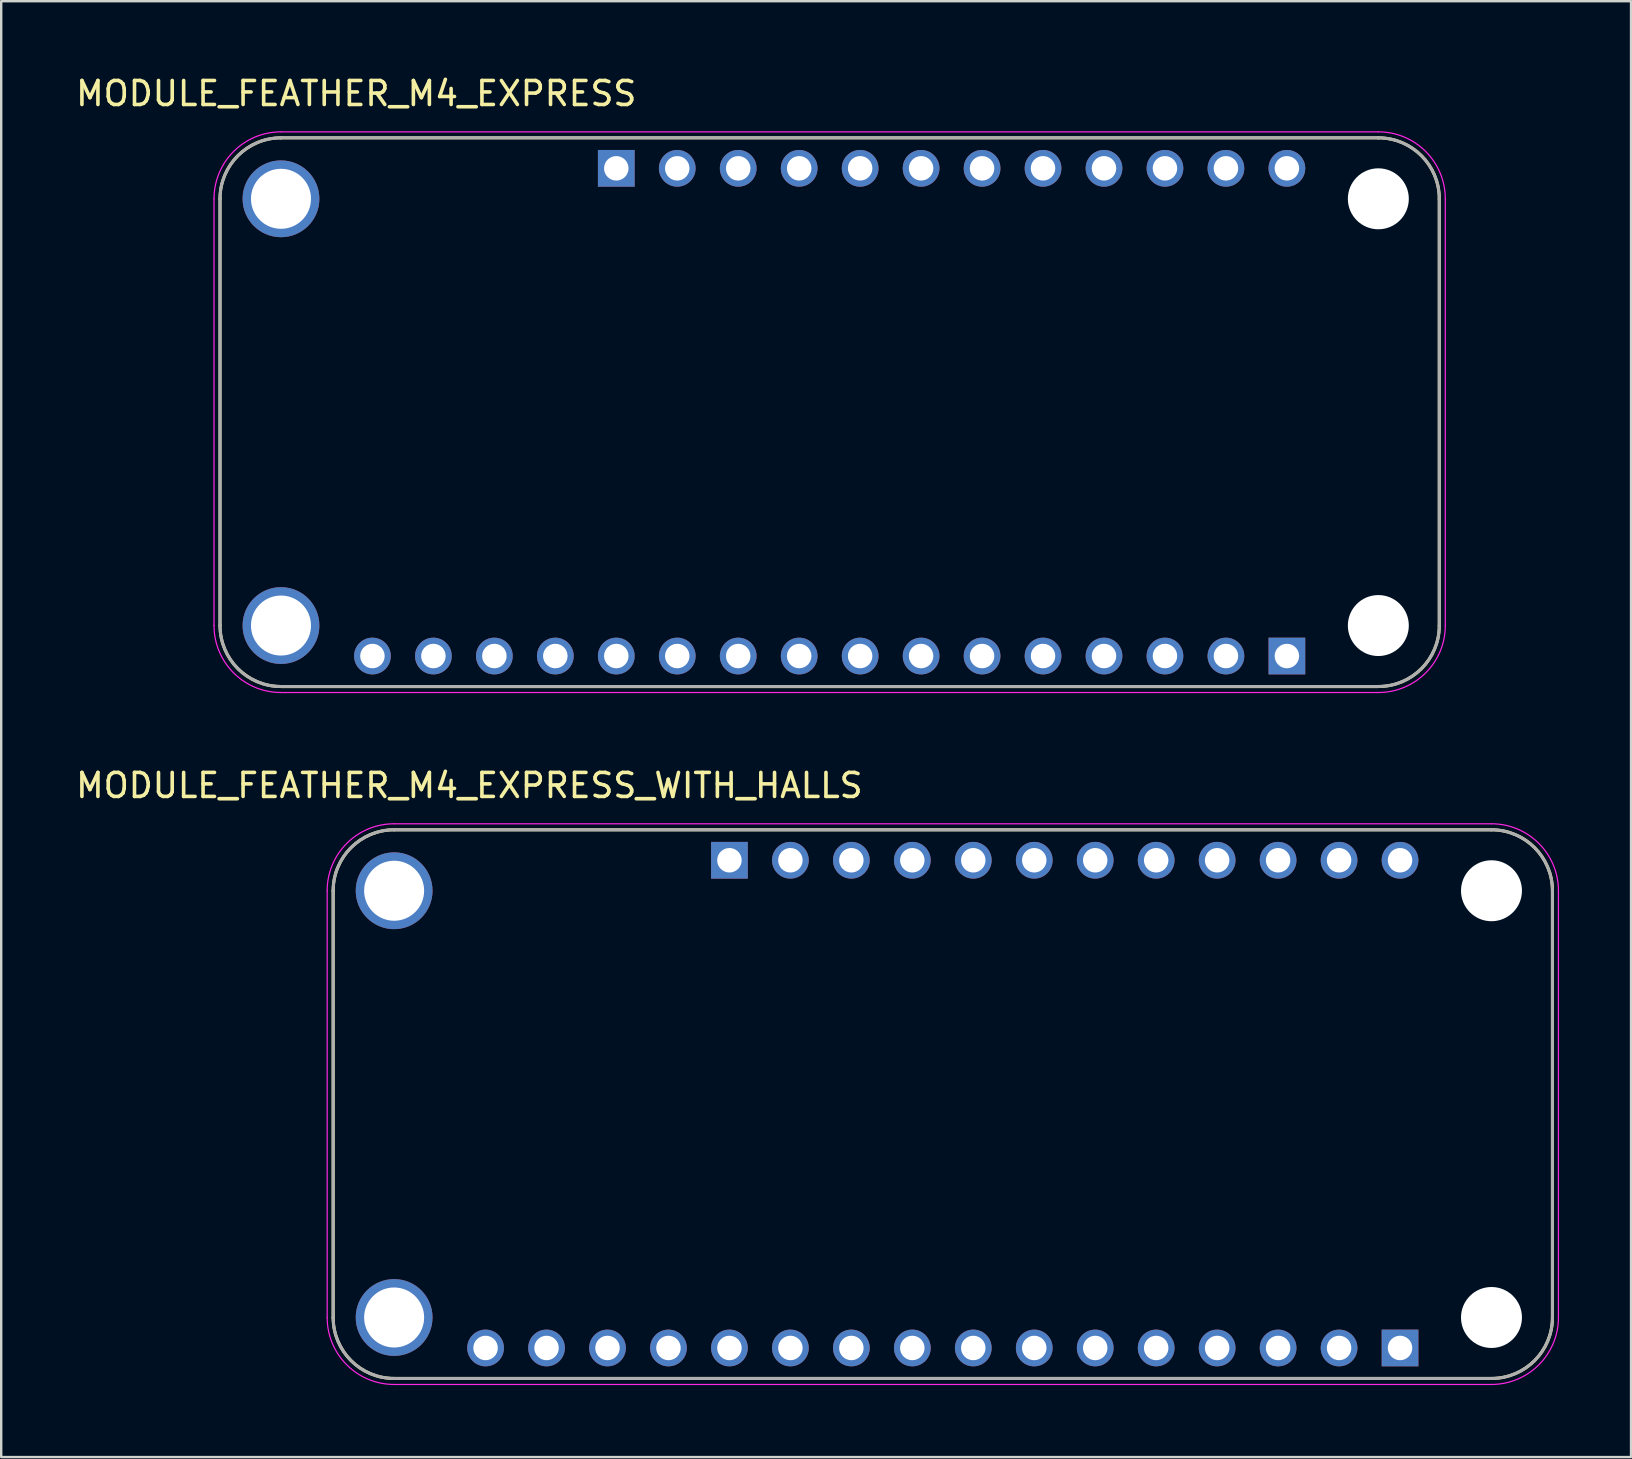
<source format=kicad_pcb>
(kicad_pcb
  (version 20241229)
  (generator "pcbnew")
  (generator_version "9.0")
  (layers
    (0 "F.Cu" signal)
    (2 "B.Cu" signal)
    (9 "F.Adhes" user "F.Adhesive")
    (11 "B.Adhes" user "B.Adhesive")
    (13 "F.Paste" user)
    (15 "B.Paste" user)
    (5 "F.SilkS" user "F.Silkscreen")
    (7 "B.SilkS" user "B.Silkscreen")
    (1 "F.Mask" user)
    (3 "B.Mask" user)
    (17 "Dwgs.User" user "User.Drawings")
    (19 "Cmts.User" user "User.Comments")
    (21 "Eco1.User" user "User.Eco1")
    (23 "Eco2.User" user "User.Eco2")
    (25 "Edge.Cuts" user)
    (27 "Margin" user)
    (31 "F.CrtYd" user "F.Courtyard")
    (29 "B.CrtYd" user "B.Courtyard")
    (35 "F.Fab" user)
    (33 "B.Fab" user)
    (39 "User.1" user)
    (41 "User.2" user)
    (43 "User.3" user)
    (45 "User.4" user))
  (footprint "MODULE_FEATHER_M4_EXPRESS"
    (layer "F.Cu")
    (at 31.517 14.123)
    (property "Reference" "MODULE_FEATHER_M4_EXPRESS" (at -19.725 -13.275 0) (layer "F.SilkS") (effects (font (size 1 1) (thickness 0.15))))
    (attr through_hole)
    (fp_line (start -25.4 8.89) (end -25.4 -8.89) (stroke (width 0.127) (type solid)) (layer "F.SilkS"))
    (fp_line (start -22.86 -11.43) (end 22.86 -11.43) (stroke (width 0.127) (type solid)) (layer "F.SilkS"))
    (fp_line (start 22.86 11.43) (end -22.86 11.43) (stroke (width 0.127) (type solid)) (layer "F.SilkS"))
    (fp_line (start 25.4 -8.89) (end 25.4 8.89) (stroke (width 0.127) (type solid)) (layer "F.SilkS"))
    (fp_arc (start -25.4 -8.89) (mid -24.656051 -10.686051) (end -22.86 -11.43) (stroke (width 0.127) (type solid)) (layer "F.SilkS"))
    (fp_arc (start -22.86 11.43) (mid -24.656051 10.686051) (end -25.4 8.89) (stroke (width 0.127) (type solid)) (layer "F.SilkS"))
    (fp_arc (start 22.86 -11.43) (mid 24.656051 -10.686051) (end 25.4 -8.89) (stroke (width 0.127) (type solid)) (layer "F.SilkS"))
    (fp_arc (start 25.4 8.89) (mid 24.656051 10.686051) (end 22.86 11.43) (stroke (width 0.127) (type solid)) (layer "F.SilkS"))
    (fp_line (start -25.65 -8.89) (end -25.65 8.89) (stroke (width 0.05) (type solid)) (layer "F.CrtYd"))
    (fp_line (start -22.86 11.68) (end 22.86 11.68) (stroke (width 0.05) (type solid)) (layer "F.CrtYd"))
    (fp_line (start 22.86 -11.68) (end -22.86 -11.68) (stroke (width 0.05) (type solid)) (layer "F.CrtYd"))
    (fp_line (start 25.65 8.89) (end 25.65 -8.89) (stroke (width 0.05) (type solid)) (layer "F.CrtYd"))
    (fp_arc (start -25.65 -8.89) (mid -24.832828 -10.862828) (end -22.86 -11.68) (stroke (width 0.05) (type solid)) (layer "F.CrtYd"))
    (fp_arc (start -22.86 11.68) (mid -24.832828 10.862828) (end -25.65 8.89) (stroke (width 0.05) (type solid)) (layer "F.CrtYd"))
    (fp_arc (start 22.86 -11.68) (mid 24.832828 -10.862828) (end 25.65 -8.89) (stroke (width 0.05) (type solid)) (layer "F.CrtYd"))
    (fp_arc (start 25.65 8.89) (mid 24.832828 10.862828) (end 22.86 11.68) (stroke (width 0.05) (type solid)) (layer "F.CrtYd"))
    (fp_line (start -25.4 8.89) (end -25.4 -8.89) (stroke (width 0.127) (type solid)) (layer "F.Fab"))
    (fp_line (start -22.86 -11.43) (end 22.86 -11.43) (stroke (width 0.127) (type solid)) (layer "F.Fab"))
    (fp_line (start 22.86 11.43) (end -22.86 11.43) (stroke (width 0.127) (type solid)) (layer "F.Fab"))
    (fp_line (start 25.4 -8.89) (end 25.4 8.89) (stroke (width 0.127) (type solid)) (layer "F.Fab"))
    (fp_arc (start -25.4 -8.89) (mid -24.656051 -10.686051) (end -22.86 -11.43) (stroke (width 0.127) (type solid)) (layer "F.Fab"))
    (fp_arc (start -22.86 11.43) (mid -24.656051 10.686051) (end -25.4 8.89) (stroke (width 0.127) (type solid)) (layer "F.Fab"))
    (fp_arc (start 22.86 -11.43) (mid 24.656051 -10.686051) (end 25.4 -8.89) (stroke (width 0.127) (type solid)) (layer "F.Fab"))
    (fp_arc (start 25.4 8.89) (mid 24.656051 10.686051) (end 22.86 11.43) (stroke (width 0.127) (type solid)) (layer "F.Fab"))
    (pad "" np_thru_hole circle (at 22.86 -8.89) (size 2.54 2.54) (drill 2.54) (layers "*.Cu" "*.Mask"))
    (pad "" np_thru_hole circle (at 22.86 8.89) (size 2.54 2.54) (drill 2.54) (layers "*.Cu" "*.Mask"))
    (pad "P$1" thru_hole circle (at -22.86 -8.89) (size 3.2 3.2) (drill 2.5) (layers "*.Cu" "*.Mask"))
    (pad "P$2" thru_hole circle (at -22.86 8.89) (size 3.2 3.2) (drill 2.5) (layers "*.Cu" "*.Mask"))
    (pad "P1_1" thru_hole rect (at 19.05 10.16) (size 1.53 1.53) (drill 1.02) (layers "*.Cu" "*.Mask"))
    (pad "P1_2" thru_hole circle (at 16.51 10.16) (size 1.53 1.53) (drill 1.02) (layers "*.Cu" "*.Mask"))
    (pad "P1_3" thru_hole circle (at 13.97 10.16) (size 1.53 1.53) (drill 1.02) (layers "*.Cu" "*.Mask"))
    (pad "P1_4" thru_hole circle (at 11.43 10.16) (size 1.53 1.53) (drill 1.02) (layers "*.Cu" "*.Mask"))
    (pad "P1_5" thru_hole circle (at 8.89 10.16) (size 1.53 1.53) (drill 1.02) (layers "*.Cu" "*.Mask"))
    (pad "P1_6" thru_hole circle (at 6.35 10.16) (size 1.53 1.53) (drill 1.02) (layers "*.Cu" "*.Mask"))
    (pad "P1_7" thru_hole circle (at 3.81 10.16) (size 1.53 1.53) (drill 1.02) (layers "*.Cu" "*.Mask"))
    (pad "P1_8" thru_hole circle (at 1.27 10.16) (size 1.53 1.53) (drill 1.02) (layers "*.Cu" "*.Mask"))
    (pad "P1_9" thru_hole circle (at -1.27 10.16) (size 1.53 1.53) (drill 1.02) (layers "*.Cu" "*.Mask"))
    (pad "P1_10" thru_hole circle (at -3.81 10.16) (size 1.53 1.53) (drill 1.02) (layers "*.Cu" "*.Mask"))
    (pad "P1_11" thru_hole circle (at -6.35 10.16) (size 1.53 1.53) (drill 1.02) (layers "*.Cu" "*.Mask"))
    (pad "P1_12" thru_hole circle (at -8.89 10.16) (size 1.53 1.53) (drill 1.02) (layers "*.Cu" "*.Mask"))
    (pad "P1_13" thru_hole circle (at -11.43 10.16) (size 1.53 1.53) (drill 1.02) (layers "*.Cu" "*.Mask"))
    (pad "P1_14" thru_hole circle (at -13.97 10.16) (size 1.53 1.53) (drill 1.02) (layers "*.Cu" "*.Mask"))
    (pad "P1_15" thru_hole circle (at -16.51 10.16) (size 1.53 1.53) (drill 1.02) (layers "*.Cu" "*.Mask"))
    (pad "P1_16" thru_hole circle (at -19.05 10.16) (size 1.53 1.53) (drill 1.02) (layers "*.Cu" "*.Mask"))
    (pad "P2_1" thru_hole rect (at -8.89 -10.16) (size 1.53 1.53) (drill 1.02) (layers "*.Cu" "*.Mask"))
    (pad "P2_2" thru_hole circle (at -6.35 -10.16) (size 1.53 1.53) (drill 1.02) (layers "*.Cu" "*.Mask"))
    (pad "P2_3" thru_hole circle (at -3.81 -10.16) (size 1.53 1.53) (drill 1.02) (layers "*.Cu" "*.Mask"))
    (pad "P2_4" thru_hole circle (at -1.27 -10.16) (size 1.53 1.53) (drill 1.02) (layers "*.Cu" "*.Mask"))
    (pad "P2_5" thru_hole circle (at 1.27 -10.16) (size 1.53 1.53) (drill 1.02) (layers "*.Cu" "*.Mask"))
    (pad "P2_6" thru_hole circle (at 3.81 -10.16) (size 1.53 1.53) (drill 1.02) (layers "*.Cu" "*.Mask"))
    (pad "P2_7" thru_hole circle (at 6.35 -10.16) (size 1.53 1.53) (drill 1.02) (layers "*.Cu" "*.Mask"))
    (pad "P2_8" thru_hole circle (at 8.89 -10.16) (size 1.53 1.53) (drill 1.02) (layers "*.Cu" "*.Mask"))
    (pad "P2_9" thru_hole circle (at 11.43 -10.16) (size 1.53 1.53) (drill 1.02) (layers "*.Cu" "*.Mask"))
    (pad "P2_10" thru_hole circle (at 13.97 -10.16) (size 1.53 1.53) (drill 1.02) (layers "*.Cu" "*.Mask"))
    (pad "P2_11" thru_hole circle (at 16.51 -10.16) (size 1.53 1.53) (drill 1.02) (layers "*.Cu" "*.Mask"))
    (pad "P2_12" thru_hole circle (at 19.05 -10.16) (size 1.53 1.53) (drill 1.02) (layers "*.Cu" "*.Mask")))
  (footprint "MODULE_FEATHER_M4_EXPRESS_WITH_HALLS"
    (layer "F.Cu")
    (at 36.231 42.952)
    (property "Reference" "MODULE_FEATHER_M4_EXPRESS_WITH_HALLS" (at -19.725 -13.275 0) (layer "F.SilkS") (effects (font (size 1 1) (thickness 0.15))))
    (attr through_hole)
    (fp_line (start -25.4 8.89) (end -25.4 -8.89) (stroke (width 0.127) (type solid)) (layer "F.SilkS"))
    (fp_line (start -22.86 -11.43) (end 22.86 -11.43) (stroke (width 0.127) (type solid)) (layer "F.SilkS"))
    (fp_line (start 22.86 11.43) (end -22.86 11.43) (stroke (width 0.127) (type solid)) (layer "F.SilkS"))
    (fp_line (start 25.4 -8.89) (end 25.4 8.89) (stroke (width 0.127) (type solid)) (layer "F.SilkS"))
    (fp_arc (start -25.4 -8.89) (mid -24.656051 -10.686051) (end -22.86 -11.43) (stroke (width 0.127) (type solid)) (layer "F.SilkS"))
    (fp_arc (start -22.86 11.43) (mid -24.656051 10.686051) (end -25.4 8.89) (stroke (width 0.127) (type solid)) (layer "F.SilkS"))
    (fp_arc (start 22.86 -11.43) (mid 24.656051 -10.686051) (end 25.4 -8.89) (stroke (width 0.127) (type solid)) (layer "F.SilkS"))
    (fp_arc (start 25.4 8.89) (mid 24.656051 10.686051) (end 22.86 11.43) (stroke (width 0.127) (type solid)) (layer "F.SilkS"))
    (fp_line (start -25.65 -8.89) (end -25.65 8.89) (stroke (width 0.05) (type solid)) (layer "F.CrtYd"))
    (fp_line (start -22.86 11.68) (end 22.86 11.68) (stroke (width 0.05) (type solid)) (layer "F.CrtYd"))
    (fp_line (start 22.86 -11.68) (end -22.86 -11.68) (stroke (width 0.05) (type solid)) (layer "F.CrtYd"))
    (fp_line (start 25.65 8.89) (end 25.65 -8.89) (stroke (width 0.05) (type solid)) (layer "F.CrtYd"))
    (fp_arc (start -25.65 -8.89) (mid -24.832828 -10.862828) (end -22.86 -11.68) (stroke (width 0.05) (type solid)) (layer "F.CrtYd"))
    (fp_arc (start -22.86 11.68) (mid -24.832828 10.862828) (end -25.65 8.89) (stroke (width 0.05) (type solid)) (layer "F.CrtYd"))
    (fp_arc (start 22.86 -11.68) (mid 24.832828 -10.862828) (end 25.65 -8.89) (stroke (width 0.05) (type solid)) (layer "F.CrtYd"))
    (fp_arc (start 25.65 8.89) (mid 24.832828 10.862828) (end 22.86 11.68) (stroke (width 0.05) (type solid)) (layer "F.CrtYd"))
    (fp_line (start -25.4 8.89) (end -25.4 -8.89) (stroke (width 0.127) (type solid)) (layer "F.Fab"))
    (fp_line (start -22.86 -11.43) (end 22.86 -11.43) (stroke (width 0.127) (type solid)) (layer "F.Fab"))
    (fp_line (start 22.86 11.43) (end -22.86 11.43) (stroke (width 0.127) (type solid)) (layer "F.Fab"))
    (fp_line (start 25.4 -8.89) (end 25.4 8.89) (stroke (width 0.127) (type solid)) (layer "F.Fab"))
    (fp_arc (start -25.4 -8.89) (mid -24.656051 -10.686051) (end -22.86 -11.43) (stroke (width 0.127) (type solid)) (layer "F.Fab"))
    (fp_arc (start -22.86 11.43) (mid -24.656051 10.686051) (end -25.4 8.89) (stroke (width 0.127) (type solid)) (layer "F.Fab"))
    (fp_arc (start 22.86 -11.43) (mid 24.656051 -10.686051) (end 25.4 -8.89) (stroke (width 0.127) (type solid)) (layer "F.Fab"))
    (fp_arc (start 25.4 8.89) (mid 24.656051 10.686051) (end 22.86 11.43) (stroke (width 0.127) (type solid)) (layer "F.Fab"))
    (pad "" np_thru_hole circle (at 22.86 -8.89) (size 2.54 2.54) (drill 2.54) (layers "*.Cu" "*.Mask"))
    (pad "" np_thru_hole circle (at 22.86 8.89) (size 2.54 2.54) (drill 2.54) (layers "*.Cu" "*.Mask"))
    (pad "P$1" thru_hole circle (at -22.86 -8.89) (size 3.2 3.2) (drill 2.5) (layers "*.Cu" "*.Mask"))
    (pad "P$2" thru_hole circle (at -22.86 8.89) (size 3.2 3.2) (drill 2.5) (layers "*.Cu" "*.Mask"))
    (pad "P1_1" thru_hole rect (at 19.05 10.16) (size 1.53 1.53) (drill 1.02) (layers "*.Cu" "*.Mask"))
    (pad "P1_2" thru_hole circle (at 16.51 10.16) (size 1.53 1.53) (drill 1.02) (layers "*.Cu" "*.Mask"))
    (pad "P1_3" thru_hole circle (at 13.97 10.16) (size 1.53 1.53) (drill 1.02) (layers "*.Cu" "*.Mask"))
    (pad "P1_4" thru_hole circle (at 11.43 10.16) (size 1.53 1.53) (drill 1.02) (layers "*.Cu" "*.Mask"))
    (pad "P1_5" thru_hole circle (at 8.89 10.16) (size 1.53 1.53) (drill 1.02) (layers "*.Cu" "*.Mask"))
    (pad "P1_6" thru_hole circle (at 6.35 10.16) (size 1.53 1.53) (drill 1.02) (layers "*.Cu" "*.Mask"))
    (pad "P1_7" thru_hole circle (at 3.81 10.16) (size 1.53 1.53) (drill 1.02) (layers "*.Cu" "*.Mask"))
    (pad "P1_8" thru_hole circle (at 1.27 10.16) (size 1.53 1.53) (drill 1.02) (layers "*.Cu" "*.Mask"))
    (pad "P1_9" thru_hole circle (at -1.27 10.16) (size 1.53 1.53) (drill 1.02) (layers "*.Cu" "*.Mask"))
    (pad "P1_10" thru_hole circle (at -3.81 10.16) (size 1.53 1.53) (drill 1.02) (layers "*.Cu" "*.Mask"))
    (pad "P1_11" thru_hole circle (at -6.35 10.16) (size 1.53 1.53) (drill 1.02) (layers "*.Cu" "*.Mask"))
    (pad "P1_12" thru_hole circle (at -8.89 10.16) (size 1.53 1.53) (drill 1.02) (layers "*.Cu" "*.Mask"))
    (pad "P1_13" thru_hole circle (at -11.43 10.16) (size 1.53 1.53) (drill 1.02) (layers "*.Cu" "*.Mask"))
    (pad "P1_14" thru_hole circle (at -13.97 10.16) (size 1.53 1.53) (drill 1.02) (layers "*.Cu" "*.Mask"))
    (pad "P1_15" thru_hole circle (at -16.51 10.16) (size 1.53 1.53) (drill 1.02) (layers "*.Cu" "*.Mask"))
    (pad "P1_16" thru_hole circle (at -19.05 10.16) (size 1.53 1.53) (drill 1.02) (layers "*.Cu" "*.Mask"))
    (pad "P2_1" thru_hole rect (at -8.89 -10.16) (size 1.53 1.53) (drill 1.02) (layers "*.Cu" "*.Mask"))
    (pad "P2_2" thru_hole circle (at -6.35 -10.16) (size 1.53 1.53) (drill 1.02) (layers "*.Cu" "*.Mask"))
    (pad "P2_3" thru_hole circle (at -3.81 -10.16) (size 1.53 1.53) (drill 1.02) (layers "*.Cu" "*.Mask"))
    (pad "P2_4" thru_hole circle (at -1.27 -10.16) (size 1.53 1.53) (drill 1.02) (layers "*.Cu" "*.Mask"))
    (pad "P2_5" thru_hole circle (at 1.27 -10.16) (size 1.53 1.53) (drill 1.02) (layers "*.Cu" "*.Mask"))
    (pad "P2_6" thru_hole circle (at 3.81 -10.16) (size 1.53 1.53) (drill 1.02) (layers "*.Cu" "*.Mask"))
    (pad "P2_7" thru_hole circle (at 6.35 -10.16) (size 1.53 1.53) (drill 1.02) (layers "*.Cu" "*.Mask"))
    (pad "P2_8" thru_hole circle (at 8.89 -10.16) (size 1.53 1.53) (drill 1.02) (layers "*.Cu" "*.Mask"))
    (pad "P2_9" thru_hole circle (at 11.43 -10.16) (size 1.53 1.53) (drill 1.02) (layers "*.Cu" "*.Mask"))
    (pad "P2_10" thru_hole circle (at 13.97 -10.16) (size 1.53 1.53) (drill 1.02) (layers "*.Cu" "*.Mask"))
    (pad "P2_11" thru_hole circle (at 16.51 -10.16) (size 1.53 1.53) (drill 1.02) (layers "*.Cu" "*.Mask"))
    (pad "P2_12" thru_hole circle (at 19.05 -10.16) (size 1.53 1.53) (drill 1.02) (layers "*.Cu" "*.Mask")))
  (gr_rect
    (start -3 -3)
    (end 64.906 57.657)
    (stroke (width 0.1) (type default))
    (fill no)
    (layer "Edge.Cuts")))
</source>
